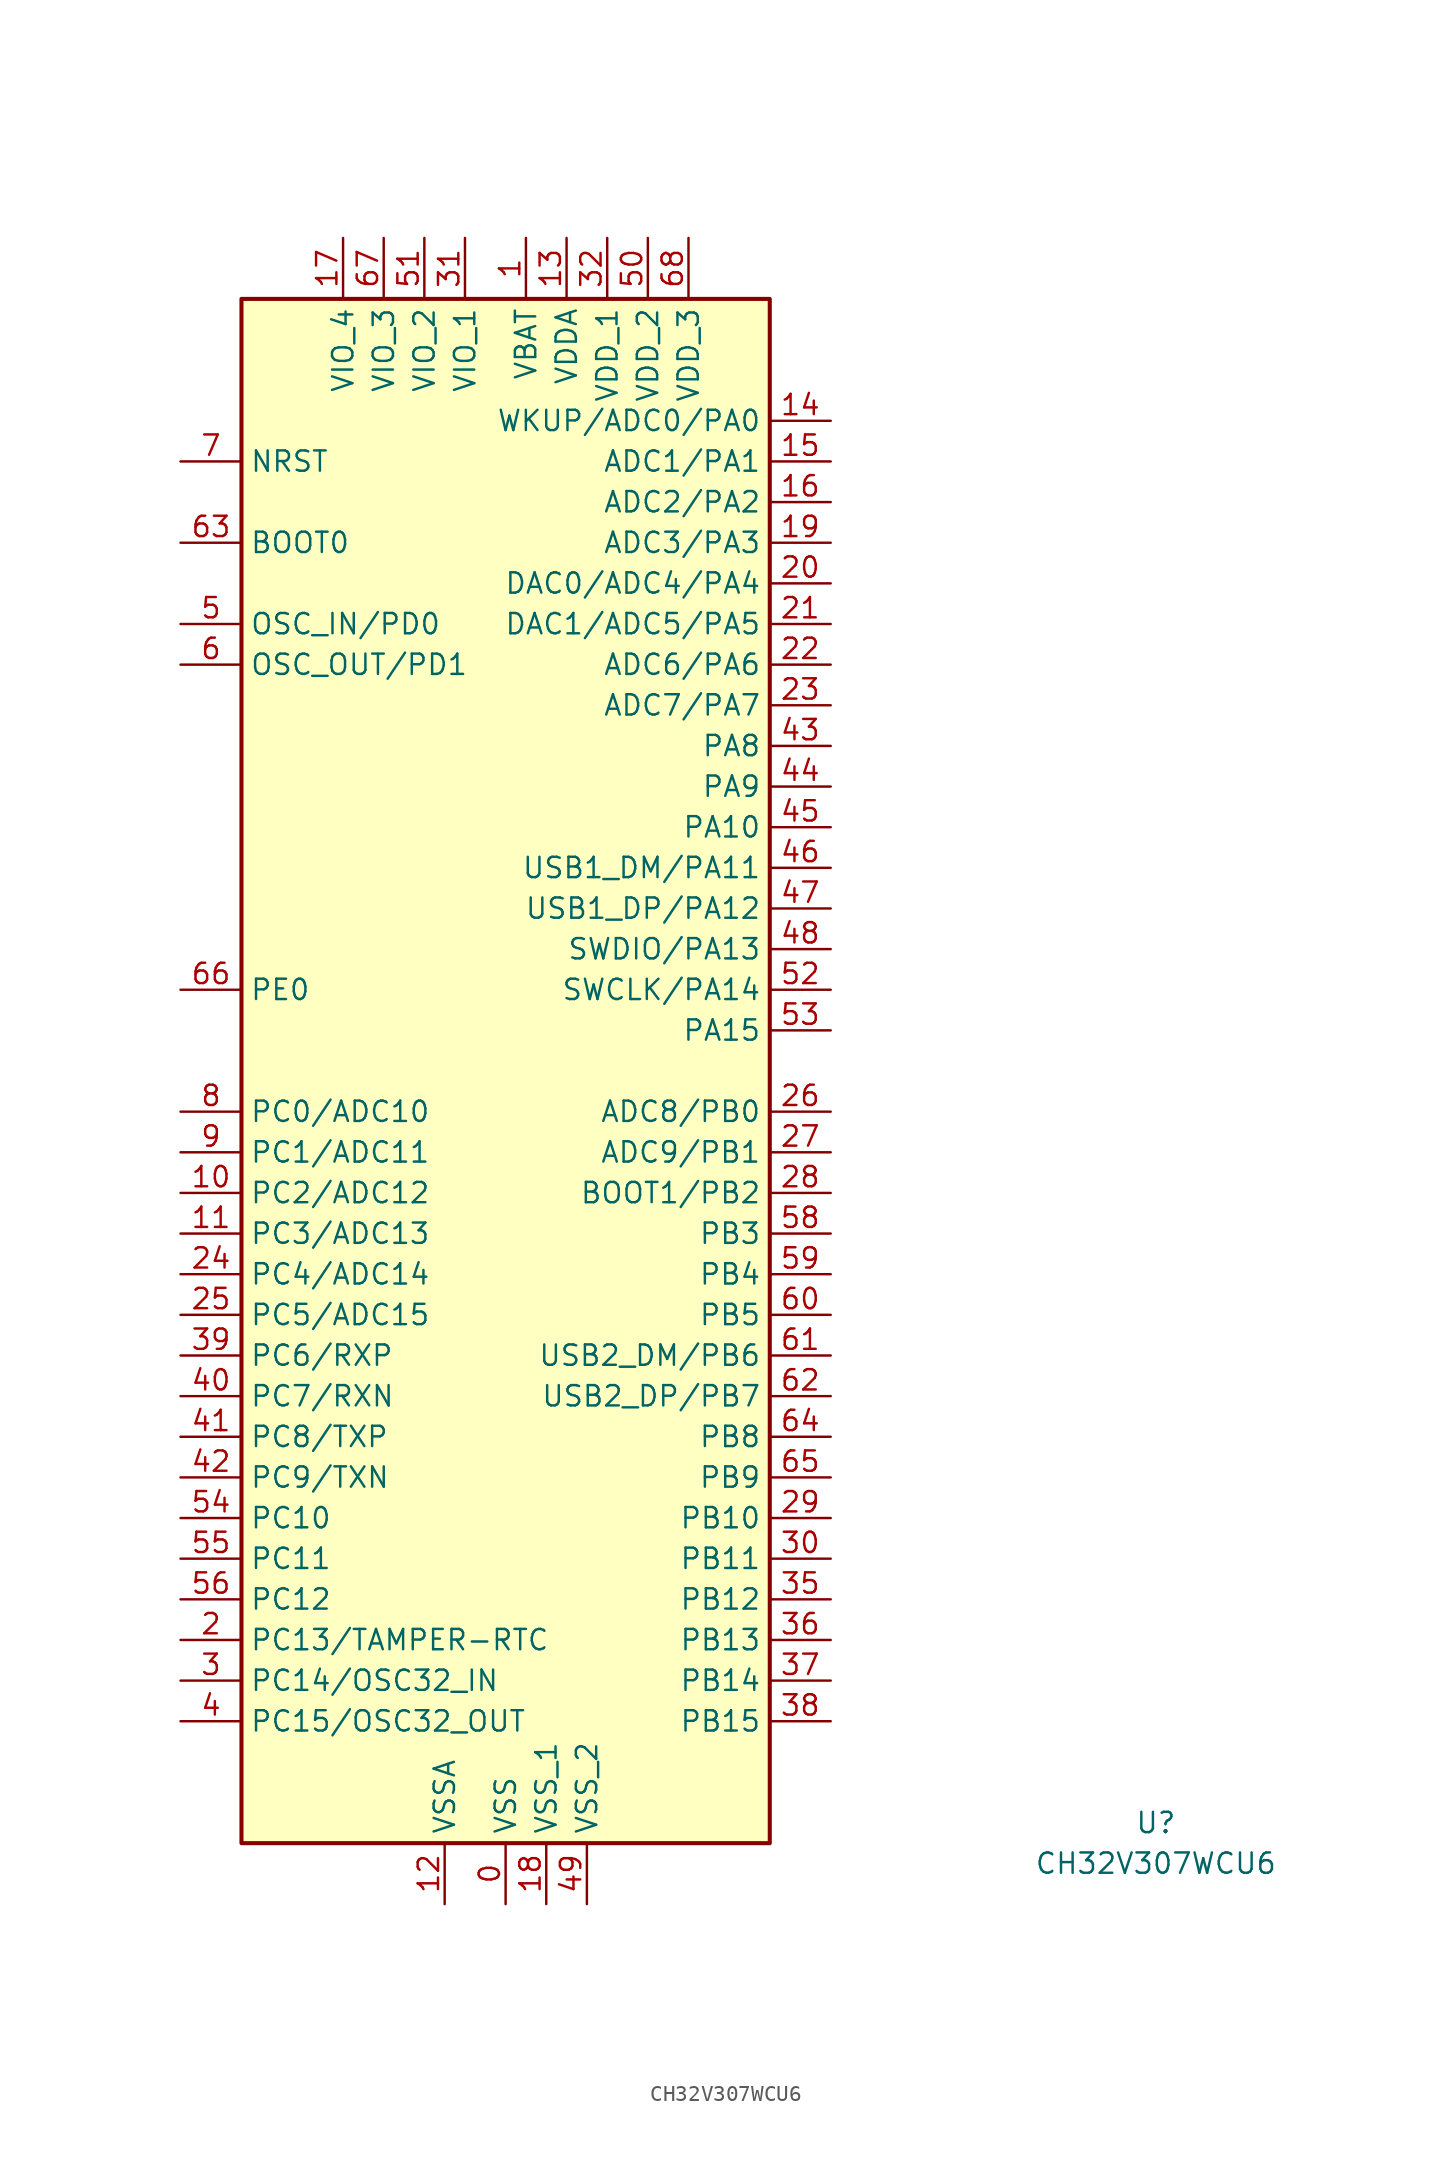
<source format=kicad_sym>
(kicad_symbol_lib
  (version 20211014)
  (generator kicad_symbol_editor)
  (symbol "CH32V307WCU6"
    (property "Reference" "U"
      (at 38.1 -27.94 0)
      (effects (font (size 1.27 1.27))))
    (property "Value" "CH32V307WCU6"
      (at 38.1 -30.48 0)
      (effects (font (size 1.27 1.27))))
    (symbol "CH32V307WCU6_0_1"
      (rectangle (start -19.05 67.31) (end 13.97 -29.21) (stroke (width 0.254) (type default) (color 0 0 0 0)) (fill (type background))))
    (symbol "CH32V307WCU6_1_1"
      (pin power_in line (at -2.54 -33.02 90) (length 3.81) (name "VSS" (effects (font (size 1.27 1.27)))) (number "0" (effects (font (size 1.27 1.27)))))
      (pin power_in line (at -1.27 71.12 270) (length 3.81) (name "VBAT" (effects (font (size 1.27 1.27)))) (number "1" (effects (font (size 1.27 1.27)))))
      (pin bidirectional line (at -22.86 11.43 0) (length 3.81) (name "PC2/ADC12" (effects (font (size 1.27 1.27)))) (number "10" (effects (font (size 1.27 1.27)))))
      (pin bidirectional line (at -22.86 8.89 0) (length 3.81) (name "PC3/ADC13" (effects (font (size 1.27 1.27)))) (number "11" (effects (font (size 1.27 1.27)))))
      (pin power_in line (at -6.35 -33.02 90) (length 3.81) (name "VSSA" (effects (font (size 1.27 1.27)))) (number "12" (effects (font (size 1.27 1.27)))))
      (pin power_in line (at 1.27 71.12 270) (length 3.81) (name "VDDA" (effects (font (size 1.27 1.27)))) (number "13" (effects (font (size 1.27 1.27)))))
      (pin bidirectional line (at 17.78 59.69 180) (length 3.81) (name "WKUP/ADC0/PA0" (effects (font (size 1.27 1.27)))) (number "14" (effects (font (size 1.27 1.27)))))
      (pin bidirectional line (at 17.78 57.15 180) (length 3.81) (name "ADC1/PA1" (effects (font (size 1.27 1.27)))) (number "15" (effects (font (size 1.27 1.27)))))
      (pin bidirectional line (at 17.78 54.61 180) (length 3.81) (name "ADC2/PA2" (effects (font (size 1.27 1.27)))) (number "16" (effects (font (size 1.27 1.27)))))
      (pin power_in line (at -12.7 71.12 270) (length 3.81) (name "VIO_4" (effects (font (size 1.27 1.27)))) (number "17" (effects (font (size 1.27 1.27)))))
      (pin power_in line (at 0 -33.02 90) (length 3.81) (name "VSS_1" (effects (font (size 1.27 1.27)))) (number "18" (effects (font (size 1.27 1.27)))))
      (pin bidirectional line (at 17.78 52.07 180) (length 3.81) (name "ADC3/PA3" (effects (font (size 1.27 1.27)))) (number "19" (effects (font (size 1.27 1.27)))))
      (pin bidirectional line (at -22.86 -16.51 0) (length 3.81) (name "PC13/TAMPER-RTC" (effects (font (size 1.27 1.27)))) (number "2" (effects (font (size 1.27 1.27)))))
      (pin bidirectional line (at 17.78 49.53 180) (length 3.81) (name "DAC0/ADC4/PA4" (effects (font (size 1.27 1.27)))) (number "20" (effects (font (size 1.27 1.27)))))
      (pin bidirectional line (at 17.78 46.99 180) (length 3.81) (name "DAC1/ADC5/PA5" (effects (font (size 1.27 1.27)))) (number "21" (effects (font (size 1.27 1.27)))))
      (pin bidirectional line (at 17.78 44.45 180) (length 3.81) (name "ADC6/PA6" (effects (font (size 1.27 1.27)))) (number "22" (effects (font (size 1.27 1.27)))))
      (pin bidirectional line (at 17.78 41.91 180) (length 3.81) (name "ADC7/PA7" (effects (font (size 1.27 1.27)))) (number "23" (effects (font (size 1.27 1.27)))))
      (pin bidirectional line (at -22.86 6.35 0) (length 3.81) (name "PC4/ADC14" (effects (font (size 1.27 1.27)))) (number "24" (effects (font (size 1.27 1.27)))))
      (pin bidirectional line (at -22.86 3.81 0) (length 3.81) (name "PC5/ADC15" (effects (font (size 1.27 1.27)))) (number "25" (effects (font (size 1.27 1.27)))))
      (pin bidirectional line (at 17.78 16.51 180) (length 3.81) (name "ADC8/PB0" (effects (font (size 1.27 1.27)))) (number "26" (effects (font (size 1.27 1.27)))))
      (pin bidirectional line (at 17.78 13.97 180) (length 3.81) (name "ADC9/PB1" (effects (font (size 1.27 1.27)))) (number "27" (effects (font (size 1.27 1.27)))))
      (pin bidirectional line (at 17.78 11.43 180) (length 3.81) (name "BOOT1/PB2" (effects (font (size 1.27 1.27)))) (number "28" (effects (font (size 1.27 1.27)))))
      (pin bidirectional line (at 17.78 -8.89 180) (length 3.81) (name "PB10" (effects (font (size 1.27 1.27)))) (number "29" (effects (font (size 1.27 1.27)))))
      (pin bidirectional line (at -22.86 -19.05 0) (length 3.81) (name "PC14/OSC32_IN" (effects (font (size 1.27 1.27)))) (number "3" (effects (font (size 1.27 1.27)))))
      (pin bidirectional line (at 17.78 -11.43 180) (length 3.81) (name "PB11" (effects (font (size 1.27 1.27)))) (number "30" (effects (font (size 1.27 1.27)))))
      (pin power_in line (at -5.08 71.12 270) (length 3.81) (name "VIO_1" (effects (font (size 1.27 1.27)))) (number "31" (effects (font (size 1.27 1.27)))))
      (pin power_in line (at 3.81 71.12 270) (length 3.81) (name "VDD_1" (effects (font (size 1.27 1.27)))) (number "32" (effects (font (size 1.27 1.27)))))
      (pin bidirectional line (at 17.78 -13.97 180) (length 3.81) (name "PB12" (effects (font (size 1.27 1.27)))) (number "35" (effects (font (size 1.27 1.27)))))
      (pin bidirectional line (at 17.78 -16.51 180) (length 3.81) (name "PB13" (effects (font (size 1.27 1.27)))) (number "36" (effects (font (size 1.27 1.27)))))
      (pin bidirectional line (at 17.78 -19.05 180) (length 3.81) (name "PB14" (effects (font (size 1.27 1.27)))) (number "37" (effects (font (size 1.27 1.27)))))
      (pin bidirectional line (at 17.78 -21.59 180) (length 3.81) (name "PB15" (effects (font (size 1.27 1.27)))) (number "38" (effects (font (size 1.27 1.27)))))
      (pin bidirectional line (at -22.86 1.27 0) (length 3.81) (name "PC6/RXP" (effects (font (size 1.27 1.27)))) (number "39" (effects (font (size 1.27 1.27)))))
      (pin bidirectional line (at -22.86 -21.59 0) (length 3.81) (name "PC15/OSC32_OUT" (effects (font (size 1.27 1.27)))) (number "4" (effects (font (size 1.27 1.27)))))
      (pin bidirectional line (at -22.86 -1.27 0) (length 3.81) (name "PC7/RXN" (effects (font (size 1.27 1.27)))) (number "40" (effects (font (size 1.27 1.27)))))
      (pin bidirectional line (at -22.86 -3.81 0) (length 3.81) (name "PC8/TXP" (effects (font (size 1.27 1.27)))) (number "41" (effects (font (size 1.27 1.27)))))
      (pin bidirectional line (at -22.86 -6.35 0) (length 3.81) (name "PC9/TXN" (effects (font (size 1.27 1.27)))) (number "42" (effects (font (size 1.27 1.27)))))
      (pin bidirectional line (at 17.78 39.37 180) (length 3.81) (name "PA8" (effects (font (size 1.27 1.27)))) (number "43" (effects (font (size 1.27 1.27)))))
      (pin bidirectional line (at 17.78 36.83 180) (length 3.81) (name "PA9" (effects (font (size 1.27 1.27)))) (number "44" (effects (font (size 1.27 1.27)))))
      (pin bidirectional line (at 17.78 34.29 180) (length 3.81) (name "PA10" (effects (font (size 1.27 1.27)))) (number "45" (effects (font (size 1.27 1.27)))))
      (pin bidirectional line (at 17.78 31.75 180) (length 3.81) (name "USB1_DM/PA11" (effects (font (size 1.27 1.27)))) (number "46" (effects (font (size 1.27 1.27)))))
      (pin bidirectional line (at 17.78 29.21 180) (length 3.81) (name "USB1_DP/PA12" (effects (font (size 1.27 1.27)))) (number "47" (effects (font (size 1.27 1.27)))))
      (pin bidirectional line (at 17.78 26.67 180) (length 3.81) (name "SWDIO/PA13" (effects (font (size 1.27 1.27)))) (number "48" (effects (font (size 1.27 1.27)))))
      (pin power_in line (at 2.54 -33.02 90) (length 3.81) (name "VSS_2" (effects (font (size 1.27 1.27)))) (number "49" (effects (font (size 1.27 1.27)))))
      (pin bidirectional line (at -22.86 46.99 0) (length 3.81) (name "OSC_IN/PD0" (effects (font (size 1.27 1.27)))) (number "5" (effects (font (size 1.27 1.27)))))
      (pin power_in line (at 6.35 71.12 270) (length 3.81) (name "VDD_2" (effects (font (size 1.27 1.27)))) (number "50" (effects (font (size 1.27 1.27)))))
      (pin power_in line (at -7.62 71.12 270) (length 3.81) (name "VIO_2" (effects (font (size 1.27 1.27)))) (number "51" (effects (font (size 1.27 1.27)))))
      (pin bidirectional line (at 17.78 24.13 180) (length 3.81) (name "SWCLK/PA14" (effects (font (size 1.27 1.27)))) (number "52" (effects (font (size 1.27 1.27)))))
      (pin bidirectional line (at 17.78 21.59 180) (length 3.81) (name "PA15" (effects (font (size 1.27 1.27)))) (number "53" (effects (font (size 1.27 1.27)))))
      (pin bidirectional line (at -22.86 -8.89 0) (length 3.81) (name "PC10" (effects (font (size 1.27 1.27)))) (number "54" (effects (font (size 1.27 1.27)))))
      (pin bidirectional line (at -22.86 -11.43 0) (length 3.81) (name "PC11" (effects (font (size 1.27 1.27)))) (number "55" (effects (font (size 1.27 1.27)))))
      (pin bidirectional line (at -22.86 -13.97 0) (length 3.81) (name "PC12" (effects (font (size 1.27 1.27)))) (number "56" (effects (font (size 1.27 1.27)))))
      (pin bidirectional line (at 17.78 8.89 180) (length 3.81) (name "PB3" (effects (font (size 1.27 1.27)))) (number "58" (effects (font (size 1.27 1.27)))))
      (pin bidirectional line (at 17.78 6.35 180) (length 3.81) (name "PB4" (effects (font (size 1.27 1.27)))) (number "59" (effects (font (size 1.27 1.27)))))
      (pin bidirectional line (at -22.86 44.45 0) (length 3.81) (name "OSC_OUT/PD1" (effects (font (size 1.27 1.27)))) (number "6" (effects (font (size 1.27 1.27)))))
      (pin bidirectional line (at 17.78 3.81 180) (length 3.81) (name "PB5" (effects (font (size 1.27 1.27)))) (number "60" (effects (font (size 1.27 1.27)))))
      (pin bidirectional line (at 17.78 1.27 180) (length 3.81) (name "USB2_DM/PB6" (effects (font (size 1.27 1.27)))) (number "61" (effects (font (size 1.27 1.27)))))
      (pin bidirectional line (at 17.78 -1.27 180) (length 3.81) (name "USB2_DP/PB7" (effects (font (size 1.27 1.27)))) (number "62" (effects (font (size 1.27 1.27)))))
      (pin bidirectional line (at -22.86 52.07 0) (length 3.81) (name "BOOT0" (effects (font (size 1.27 1.27)))) (number "63" (effects (font (size 1.27 1.27)))))
      (pin bidirectional line (at 17.78 -3.81 180) (length 3.81) (name "PB8" (effects (font (size 1.27 1.27)))) (number "64" (effects (font (size 1.27 1.27)))))
      (pin bidirectional line (at 17.78 -6.35 180) (length 3.81) (name "PB9" (effects (font (size 1.27 1.27)))) (number "65" (effects (font (size 1.27 1.27)))))
      (pin bidirectional line (at -22.86 24.13 0) (length 3.81) (name "PE0" (effects (font (size 1.27 1.27)))) (number "66" (effects (font (size 1.27 1.27)))))
      (pin power_in line (at -10.16 71.12 270) (length 3.81) (name "VIO_3" (effects (font (size 1.27 1.27)))) (number "67" (effects (font (size 1.27 1.27)))))
      (pin power_in line (at 8.89 71.12 270) (length 3.81) (name "VDD_3" (effects (font (size 1.27 1.27)))) (number "68" (effects (font (size 1.27 1.27)))))
      (pin bidirectional line (at -22.86 57.15 0) (length 3.81) (name "NRST" (effects (font (size 1.27 1.27)))) (number "7" (effects (font (size 1.27 1.27)))))
      (pin bidirectional line (at -22.86 16.51 0) (length 3.81) (name "PC0/ADC10" (effects (font (size 1.27 1.27)))) (number "8" (effects (font (size 1.27 1.27)))))
      (pin bidirectional line (at -22.86 13.97 0) (length 3.81) (name "PC1/ADC11" (effects (font (size 1.27 1.27)))) (number "9" (effects (font (size 1.27 1.27))))))))
</source>
